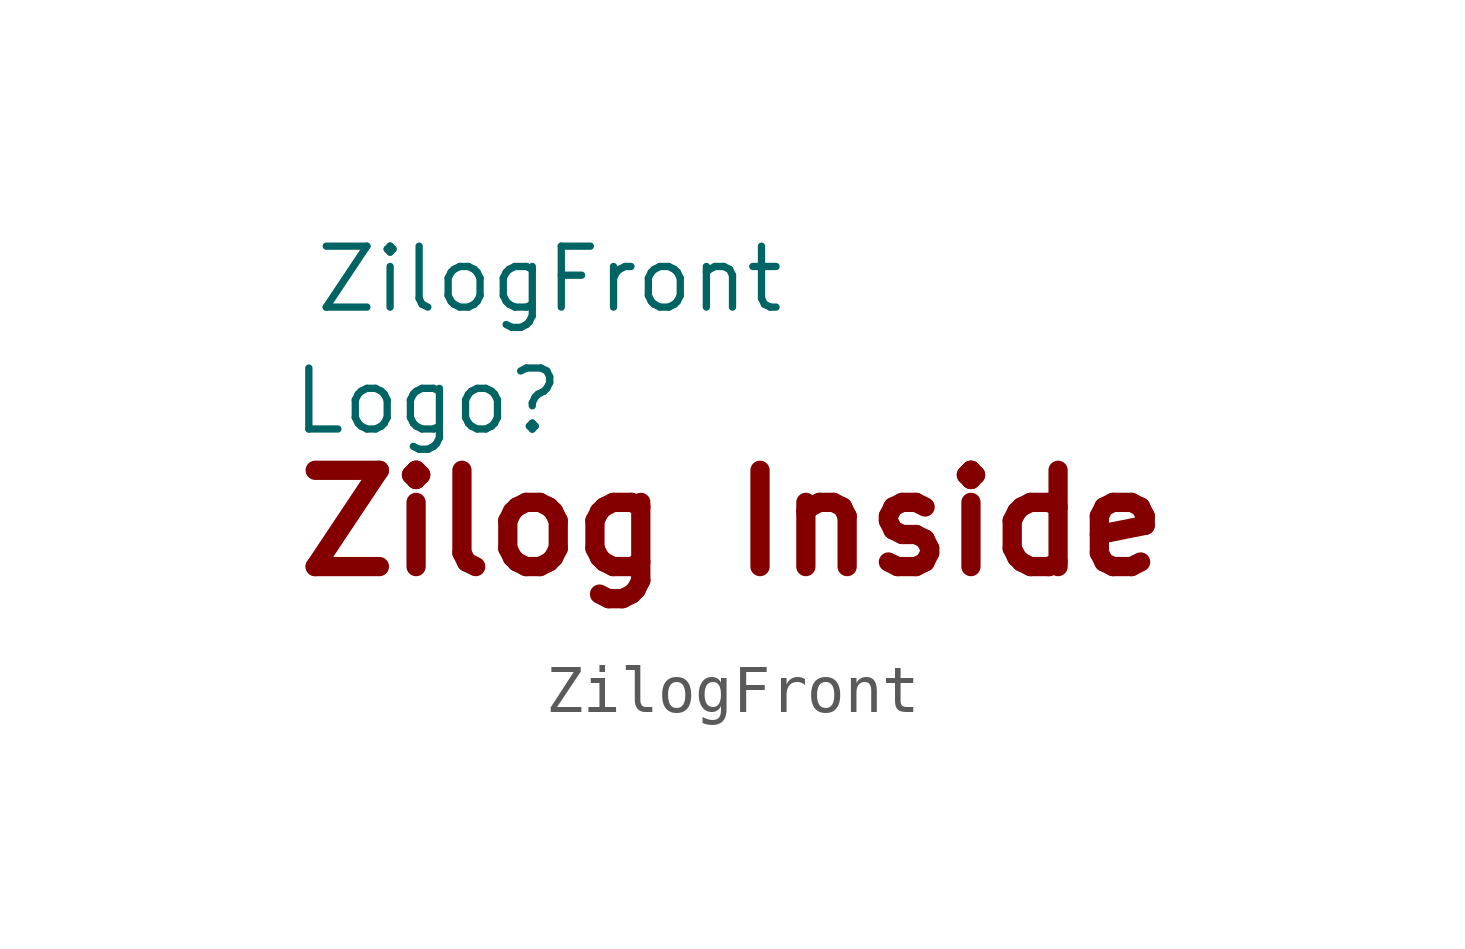
<source format=kicad_sym>
(kicad_symbol_lib
  (version 20220914)
  (generator kicad_symbol_editor)
  (symbol "ZilogFront"
    (pin_names
      (offset 1.016))
    (property "Reference" "Logo"
      (at 2.54 1.27 0)
      (effects (font (size 1.27 1.27))))
    (property "Value" "ZilogFront"
      (at 5.08 3.81 0)
      (effects (font (size 1.27 1.27))))
    (symbol "ZilogFront_0_0"
      (text "Zilog Inside" (at 8.89 -1.27 0) (effects (font (size 2.007 2.007) bold))))))
</source>
